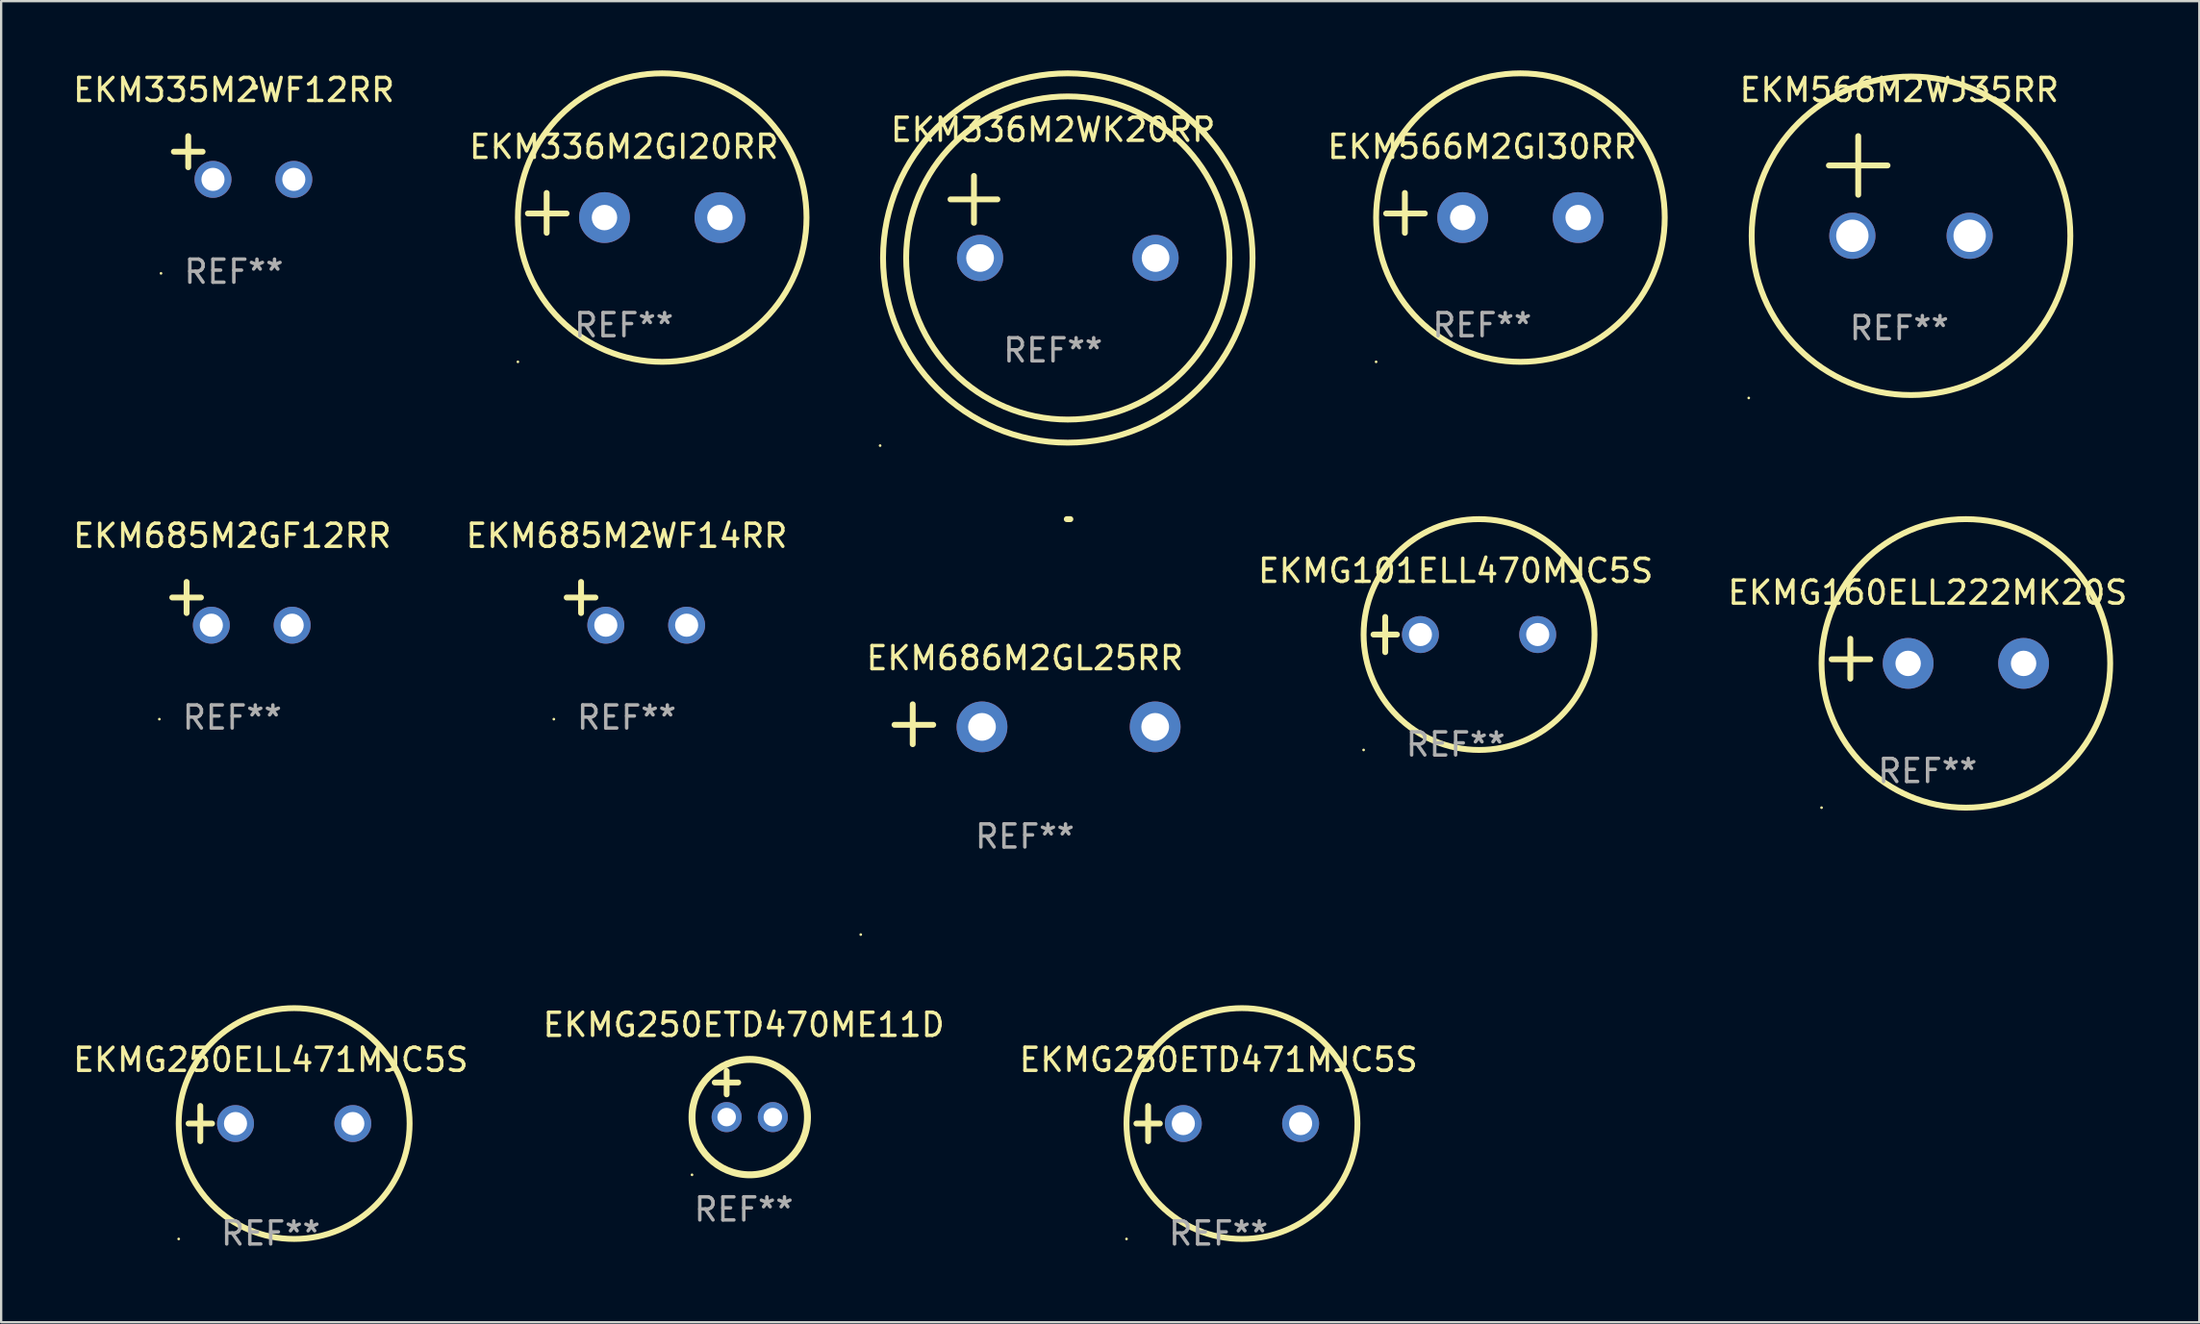
<source format=kicad_pcb>
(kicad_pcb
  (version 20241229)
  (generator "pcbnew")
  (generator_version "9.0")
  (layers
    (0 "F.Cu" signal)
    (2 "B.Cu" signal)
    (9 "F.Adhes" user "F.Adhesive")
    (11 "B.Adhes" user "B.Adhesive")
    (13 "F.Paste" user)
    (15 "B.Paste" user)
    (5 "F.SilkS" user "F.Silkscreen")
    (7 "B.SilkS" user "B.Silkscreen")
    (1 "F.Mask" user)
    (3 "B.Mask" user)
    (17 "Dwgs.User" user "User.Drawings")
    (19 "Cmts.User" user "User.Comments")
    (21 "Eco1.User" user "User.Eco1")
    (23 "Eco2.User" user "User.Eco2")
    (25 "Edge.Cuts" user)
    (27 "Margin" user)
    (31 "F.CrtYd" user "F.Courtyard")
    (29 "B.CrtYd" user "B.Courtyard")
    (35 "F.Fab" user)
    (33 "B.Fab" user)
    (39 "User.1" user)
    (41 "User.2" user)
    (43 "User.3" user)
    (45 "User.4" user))
  (footprint "EKM566M2WJ35RR"
    (layer "F.Cu")
    (at 79.202 5.007)
    (property "Reference" "EKM566M2WJ35RR" (at 0 -4.159 0) (layer "F.SilkS") (effects (font (size 1 1) (thickness 0.15))))
    (attr through_hole)
    (fp_line (start -3.048 -0.889) (end -0.508 -0.889) (stroke (width 0.254) (type solid)) (layer "F.SilkS"))
    (fp_line (start -1.778 -2.159) (end -1.778 0.381) (stroke (width 0.254) (type solid)) (layer "F.SilkS"))
    (fp_circle (center -6.519 9.186) (end -6.489 9.186) (stroke (width 0.06) (type solid)) (fill no) (layer "F.SilkS"))
    (fp_circle (center 0.508 2.159) (end 7.408 2.159) (stroke (width 0.254) (type solid)) (fill no) (layer "F.SilkS"))
    (fp_text user "REF**" (at 0 6.159 0) (layer "F.Fab") (effects (font (size 1 1) (thickness 0.15))))
    (pad "1" thru_hole circle (at -2.032 2.159) (size 2 2) (drill 1.4) (layers "*.Cu" "*.Mask"))
    (pad "2" thru_hole circle (at 3.048 2.159) (size 2 2) (drill 1.4) (layers "*.Cu" "*.Mask")))
  (footprint "EKMG160ELL222MK20S"
    (layer "F.Cu")
    (at 80.428 25.49)
    (property "Reference" "EKMG160ELL222MK20S" (at 0 -2.864 0) (layer "F.SilkS") (effects (font (size 1 1) (thickness 0.15))))
    (attr through_hole)
    (fp_line (start -3.346 0.864) (end -3.346 -0.864) (stroke (width 0.254) (type solid)) (layer "F.SilkS"))
    (fp_line (start -2.482 0.025) (end -4.158 0.025) (stroke (width 0.254) (type solid)) (layer "F.SilkS"))
    (fp_circle (center -4.592 6.453) (end -4.562 6.453) (stroke (width 0.06) (type solid)) (fill no) (layer "F.SilkS"))
    (fp_circle (center 1.658 0.203) (end 7.908 0.203) (stroke (width 0.254) (type solid)) (fill no) (layer "F.SilkS"))
    (fp_text user "REF**" (at 0 4.864 0) (layer "F.Fab") (effects (font (size 1 1) (thickness 0.15))))
    (pad "1" thru_hole circle (at -0.842 0.203) (size 2.2 2.2) (drill 1.1) (layers "*.Cu" "*.Mask"))
    (pad "2" thru_hole circle (at 4.158 0.203) (size 2.2 2.2) (drill 1.1) (layers "*.Cu" "*.Mask")))
  (footprint "EKM336M2WK20RR"
    (layer "F.Cu")
    (at 42.553 6.35)
    (property "Reference" "EKM336M2WK20RR" (at 0 -3.778 0) (layer "F.SilkS") (effects (font (size 1 1) (thickness 0.15))))
    (attr through_hole)
    (fp_line (start -4.44 -0.762) (end -2.408 -0.762) (stroke (width 0.254) (type solid)) (layer "F.SilkS"))
    (fp_line (start -3.424 -1.778) (end -3.424 0.254) (stroke (width 0.254) (type solid)) (layer "F.SilkS"))
    (fp_circle (center -7.488 9.906) (end -7.458 9.906) (stroke (width 0.06) (type solid)) (fill no) (layer "F.SilkS"))
    (fp_circle (center 0.64 1.778) (end 7.64 1.778) (stroke (width 0.254) (type solid)) (fill no) (layer "F.SilkS"))
    (fp_circle (center 0.64 1.778) (end 8.641 1.778) (stroke (width 0.254) (type solid)) (fill no) (layer "F.SilkS"))
    (fp_text user "REF**" (at 0 5.778 0) (layer "F.Fab") (effects (font (size 1 1) (thickness 0.15))))
    (pad "1" thru_hole circle (at -3.16 1.778) (size 2 2) (drill 1.2) (layers "*.Cu" "*.Mask"))
    (pad "2" thru_hole circle (at 4.44 1.778) (size 2 2) (drill 1.2) (layers "*.Cu" "*.Mask")))
  (footprint "EKM566M2GI30RR"
    (layer "F.Cu")
    (at 61.137 6.174)
    (property "Reference" "EKM566M2GI30RR" (at 0 -2.864 0) (layer "F.SilkS") (effects (font (size 1 1) (thickness 0.15))))
    (attr through_hole)
    (fp_line (start -3.346 0.864) (end -3.346 -0.864) (stroke (width 0.254) (type solid)) (layer "F.SilkS"))
    (fp_line (start -2.482 0.025) (end -4.158 0.025) (stroke (width 0.254) (type solid)) (layer "F.SilkS"))
    (fp_circle (center -4.592 6.453) (end -4.562 6.453) (stroke (width 0.06) (type solid)) (fill no) (layer "F.SilkS"))
    (fp_circle (center 1.658 0.203) (end 7.908 0.203) (stroke (width 0.254) (type solid)) (fill no) (layer "F.SilkS"))
    (fp_text user "REF**" (at 0 4.864 0) (layer "F.Fab") (effects (font (size 1 1) (thickness 0.15))))
    (pad "1" thru_hole circle (at -0.842 0.203) (size 2.2 2.2) (drill 1.1) (layers "*.Cu" "*.Mask"))
    (pad "2" thru_hole circle (at 4.158 0.203) (size 2.2 2.2) (drill 1.1) (layers "*.Cu" "*.Mask")))
  (footprint "EKMG250ETD471MJC5S"
    (layer "F.Cu")
    (at 49.72 45.63)
    (property "Reference" "EKMG250ETD471MJC5S" (at 0 -2.762 0) (layer "F.SilkS") (effects (font (size 1 1) (thickness 0.15))))
    (attr through_hole)
    (fp_line (start -3.556 0) (end -2.54 0) (stroke (width 0.254) (type solid)) (layer "F.SilkS"))
    (fp_line (start -3.048 -0.762) (end -3.048 0.762) (stroke (width 0.254) (type solid)) (layer "F.SilkS"))
    (fp_circle (center -3.984 5) (end -3.954 5) (stroke (width 0.06) (type solid)) (fill no) (layer "F.SilkS"))
    (fp_circle (center 1.016 0) (end 6.016 0) (stroke (width 0.254) (type solid)) (fill no) (layer "F.SilkS"))
    (fp_text user "REF**" (at 0 4.762 0) (layer "F.Fab") (effects (font (size 1 1) (thickness 0.15))))
    (pad "1" thru_hole circle (at -1.524 0) (size 1.6 1.6) (drill 1) (layers "*.Cu" "*.Mask"))
    (pad "2" thru_hole circle (at 3.556 0) (size 1.6 1.6) (drill 1) (layers "*.Cu" "*.Mask")))
  (footprint "EKM685M2GF12RR"
    (layer "F.Cu")
    (at 7.006 23.101)
    (property "Reference" "EKM685M2GF12RR" (at 0 -2.937 0) (layer "F.SilkS") (effects (font (size 1 1) (thickness 0.15))))
    (attr through_hole)
    (fp_line (start -1.975 0.41) (end -1.975 -0.937) (stroke (width 0.254) (type solid)) (layer "F.SilkS"))
    (fp_line (start -1.353 -0.263) (end -2.597 -0.263) (stroke (width 0.254) (type solid)) (layer "F.SilkS"))
    (fp_arc (start 0.849809 -3.063957) (mid 0.885369 -3.064114) (end 0.920929 -3.063957) (stroke (width 0.254001) (type solid)) (layer "F.SilkS"))
    (fp_circle (center -3.154 5.008) (end -3.124 5.008) (stroke (width 0.06) (type solid)) (fill no) (layer "F.SilkS"))
    (fp_text user "REF**" (at 0 4.937 0) (layer "F.Fab") (effects (font (size 1 1) (thickness 0.15))))
    (pad "1" thru_hole circle (at -0.903 0.937) (size 1.6 1.6) (drill 1) (layers "*.Cu" "*.Mask"))
    (pad "2" thru_hole circle (at 2.597 0.937) (size 1.6 1.6) (drill 1) (layers "*.Cu" "*.Mask")))
  (footprint "EKMG101ELL470MJC5S"
    (layer "F.Cu")
    (at 59.988 24.443)
    (property "Reference" "EKMG101ELL470MJC5S" (at 0 -2.762 0) (layer "F.SilkS") (effects (font (size 1 1) (thickness 0.15))))
    (attr through_hole)
    (fp_line (start -3.556 0) (end -2.54 0) (stroke (width 0.254) (type solid)) (layer "F.SilkS"))
    (fp_line (start -3.048 -0.762) (end -3.048 0.762) (stroke (width 0.254) (type solid)) (layer "F.SilkS"))
    (fp_circle (center -3.984 5) (end -3.954 5) (stroke (width 0.06) (type solid)) (fill no) (layer "F.SilkS"))
    (fp_circle (center 1.016 0) (end 6.016 0) (stroke (width 0.254) (type solid)) (fill no) (layer "F.SilkS"))
    (fp_text user "REF**" (at 0 4.762 0) (layer "F.Fab") (effects (font (size 1 1) (thickness 0.15))))
    (pad "1" thru_hole circle (at -1.524 0) (size 1.6 1.6) (drill 1) (layers "*.Cu" "*.Mask"))
    (pad "2" thru_hole circle (at 3.556 0) (size 1.6 1.6) (drill 1) (layers "*.Cu" "*.Mask")))
  (footprint "EKM686M2GL25RR"
    (layer "F.Cu")
    (at 41.333 28.329)
    (property "Reference" "EKM686M2GL25RR" (at 0 -2.864 0) (layer "F.SilkS") (effects (font (size 1 1) (thickness 0.15))))
    (attr through_hole)
    (fp_line (start -4.856 0.864) (end -4.856 -0.864) (stroke (width 0.254) (type solid)) (layer "F.SilkS"))
    (fp_line (start -3.967 0.025) (end -5.644 0.025) (stroke (width 0.254) (type solid)) (layer "F.SilkS"))
    (fp_arc (start 1.815024 -8.885649) (mid 1.893764 -8.88599) (end 1.972504 -8.885649) (stroke (width 0.254001) (type solid)) (layer "F.SilkS"))
    (fp_circle (center -7.106 9.114) (end -7.076 9.114) (stroke (width 0.06) (type solid)) (fill no) (layer "F.SilkS"))
    (fp_text user "REF**" (at 0 4.864 0) (layer "F.Fab") (effects (font (size 1 1) (thickness 0.15))))
    (pad "1" thru_hole circle (at -1.856 0.114) (size 2.2 2.2) (drill 1.2) (layers "*.Cu" "*.Mask"))
    (pad "2" thru_hole circle (at 5.644 0.114) (size 2.2 2.2) (drill 1.2) (layers "*.Cu" "*.Mask")))
  (footprint "EKMG250ELL471MJC5S"
    (layer "F.Cu")
    (at 8.673 45.63)
    (property "Reference" "EKMG250ELL471MJC5S" (at 0 -2.762 0) (layer "F.SilkS") (effects (font (size 1 1) (thickness 0.15))))
    (attr through_hole)
    (fp_line (start -3.556 0) (end -2.54 0) (stroke (width 0.254) (type solid)) (layer "F.SilkS"))
    (fp_line (start -3.048 -0.762) (end -3.048 0.762) (stroke (width 0.254) (type solid)) (layer "F.SilkS"))
    (fp_circle (center -3.984 5) (end -3.954 5) (stroke (width 0.06) (type solid)) (fill no) (layer "F.SilkS"))
    (fp_circle (center 1.016 0) (end 6.016 0) (stroke (width 0.254) (type solid)) (fill no) (layer "F.SilkS"))
    (fp_text user "REF**" (at 0 4.762 0) (layer "F.Fab") (effects (font (size 1 1) (thickness 0.15))))
    (pad "1" thru_hole circle (at -1.524 0) (size 1.6 1.6) (drill 1) (layers "*.Cu" "*.Mask"))
    (pad "2" thru_hole circle (at 3.556 0) (size 1.6 1.6) (drill 1) (layers "*.Cu" "*.Mask")))
  (footprint "EKM335M2WF12RR"
    (layer "F.Cu")
    (at 7.077 3.785)
    (property "Reference" "EKM335M2WF12RR" (at 0 -2.937 0) (layer "F.SilkS") (effects (font (size 1 1) (thickness 0.15))))
    (attr through_hole)
    (fp_line (start -1.975 0.41) (end -1.975 -0.937) (stroke (width 0.254) (type solid)) (layer "F.SilkS"))
    (fp_line (start -1.353 -0.263) (end -2.597 -0.263) (stroke (width 0.254) (type solid)) (layer "F.SilkS"))
    (fp_arc (start 0.849809 -3.063957) (mid 0.885369 -3.064114) (end 0.920929 -3.063957) (stroke (width 0.254001) (type solid)) (layer "F.SilkS"))
    (fp_circle (center -3.154 5.008) (end -3.124 5.008) (stroke (width 0.06) (type solid)) (fill no) (layer "F.SilkS"))
    (fp_text user "REF**" (at 0 4.937 0) (layer "F.Fab") (effects (font (size 1 1) (thickness 0.15))))
    (pad "1" thru_hole circle (at -0.903 0.937) (size 1.6 1.6) (drill 1) (layers "*.Cu" "*.Mask"))
    (pad "2" thru_hole circle (at 2.597 0.937) (size 1.6 1.6) (drill 1) (layers "*.Cu" "*.Mask")))
  (footprint "EKM685M2WF14RR"
    (layer "F.Cu")
    (at 24.089 23.101)
    (property "Reference" "EKM685M2WF14RR" (at 0 -2.937 0) (layer "F.SilkS") (effects (font (size 1 1) (thickness 0.15))))
    (attr through_hole)
    (fp_line (start -1.975 0.41) (end -1.975 -0.937) (stroke (width 0.254) (type solid)) (layer "F.SilkS"))
    (fp_line (start -1.353 -0.263) (end -2.597 -0.263) (stroke (width 0.254) (type solid)) (layer "F.SilkS"))
    (fp_arc (start 0.849809 -3.063957) (mid 0.885369 -3.064114) (end 0.920929 -3.063957) (stroke (width 0.254001) (type solid)) (layer "F.SilkS"))
    (fp_circle (center -3.154 5.008) (end -3.124 5.008) (stroke (width 0.06) (type solid)) (fill no) (layer "F.SilkS"))
    (fp_text user "REF**" (at 0 4.937 0) (layer "F.Fab") (effects (font (size 1 1) (thickness 0.15))))
    (pad "1" thru_hole circle (at -0.903 0.937) (size 1.6 1.6) (drill 1) (layers "*.Cu" "*.Mask"))
    (pad "2" thru_hole circle (at 2.597 0.937) (size 1.6 1.6) (drill 1) (layers "*.Cu" "*.Mask")))
  (footprint "EKM336M2GI20RR"
    (layer "F.Cu")
    (at 23.97 6.174)
    (property "Reference" "EKM336M2GI20RR" (at 0 -2.864 0) (layer "F.SilkS") (effects (font (size 1 1) (thickness 0.15))))
    (attr through_hole)
    (fp_line (start -3.346 0.864) (end -3.346 -0.864) (stroke (width 0.254) (type solid)) (layer "F.SilkS"))
    (fp_line (start -2.482 0.025) (end -4.158 0.025) (stroke (width 0.254) (type solid)) (layer "F.SilkS"))
    (fp_circle (center -4.592 6.453) (end -4.562 6.453) (stroke (width 0.06) (type solid)) (fill no) (layer "F.SilkS"))
    (fp_circle (center 1.658 0.203) (end 7.908 0.203) (stroke (width 0.254) (type solid)) (fill no) (layer "F.SilkS"))
    (fp_text user "REF**" (at 0 4.864 0) (layer "F.Fab") (effects (font (size 1 1) (thickness 0.15))))
    (pad "1" thru_hole circle (at -0.842 0.203) (size 2.2 2.2) (drill 1.1) (layers "*.Cu" "*.Mask"))
    (pad "2" thru_hole circle (at 4.158 0.203) (size 2.2 2.2) (drill 1.1) (layers "*.Cu" "*.Mask")))
  (footprint "EKMG250ETD470ME11D"
    (layer "F.Cu")
    (at 29.161 44.351)
    (property "Reference" "EKMG250ETD470ME11D" (at 0 -3 0) (layer "F.SilkS") (effects (font (size 1 1) (thickness 0.15))))
    (attr through_hole)
    (fp_line (start -1.258 -0.5) (end -0.242 -0.5) (stroke (width 0.254) (type solid)) (layer "F.SilkS"))
    (fp_line (start -0.742 -1) (end -0.742 0.016) (stroke (width 0.254) (type solid)) (layer "F.SilkS"))
    (fp_circle (center -2.242 3.5) (end -2.212 3.5) (stroke (width 0.06) (type solid)) (fill no) (layer "F.SilkS"))
    (fp_circle (center 0.258 1) (end 2.758 1) (stroke (width 0.3) (type solid)) (fill no) (layer "F.SilkS"))
    (fp_text user "REF**" (at 0 5 0) (layer "F.Fab") (effects (font (size 1 1) (thickness 0.15))))
    (pad "1" thru_hole circle (at -0.742 1) (size 1.3 1.3) (drill 0.8) (layers "*.Cu" "*.Mask"))
    (pad "2" thru_hole circle (at 1.258 1) (size 1.3 1.3) (drill 0.8) (layers "*.Cu" "*.Mask")))
  (gr_rect
    (start -3 -3)
    (end 92.196 54.24)
    (stroke (width 0.1) (type default))
    (fill no)
    (layer "Edge.Cuts")))
</source>
